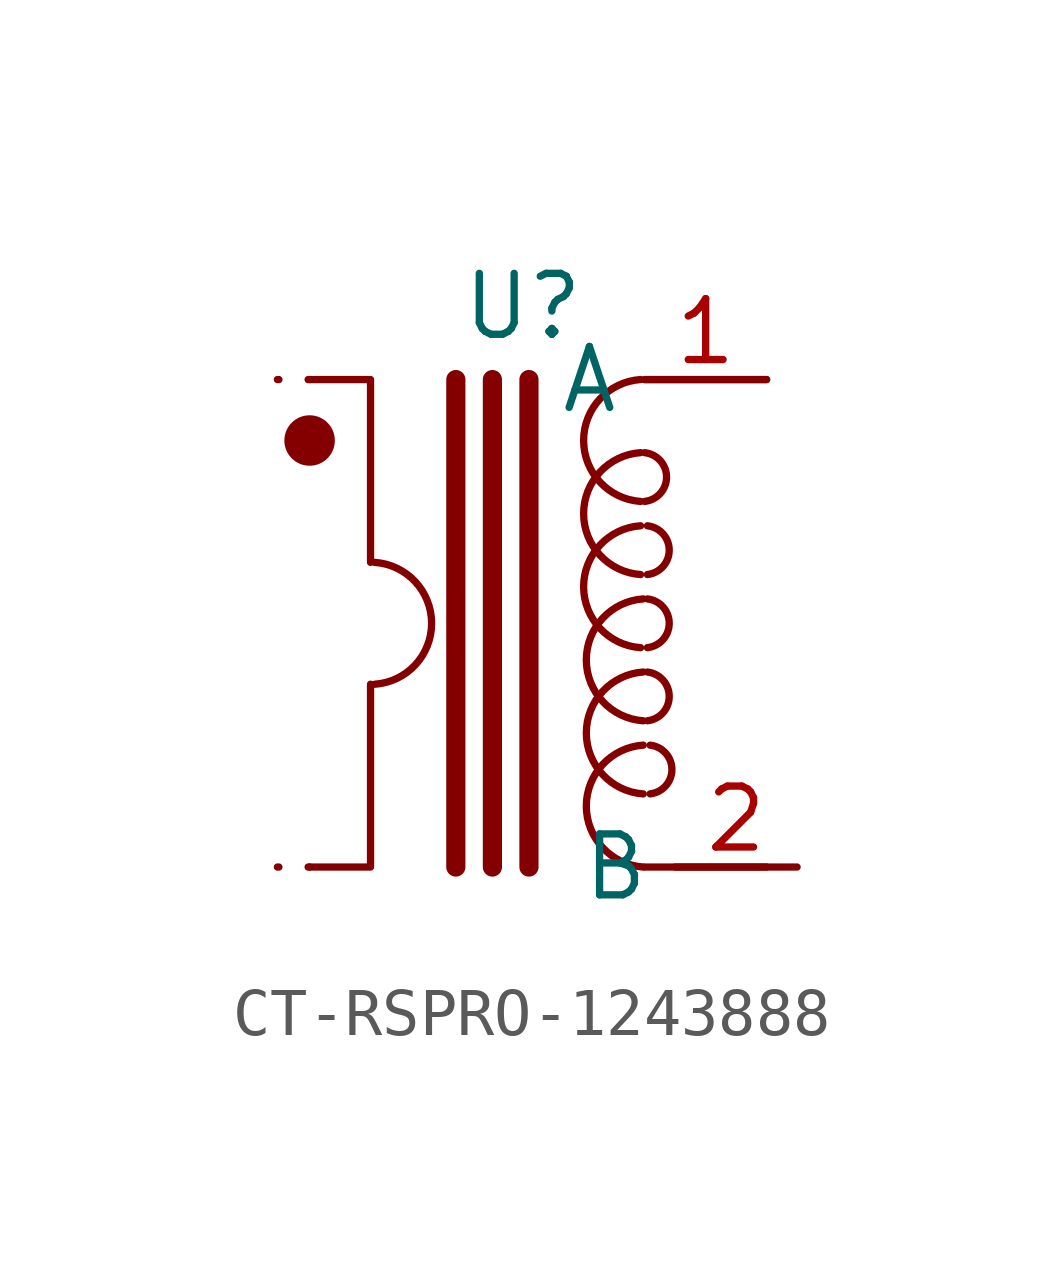
<source format=kicad_sym>
(kicad_symbol_lib
  (version 20220914)
  (generator kicad_symbol_editor)
  (symbol "CT-RSPRO-1243888"
    (property "Reference" "U"
      (at 0.635 6.604 0)
      (effects (font (size 1.27 1.27))))
    (property "Value" ""
      (at 3.175 -1.27 0)
      (effects (font (size 1.27 1.27))))
    (symbol "CT-RSPRO-1243888_0_1"
      (arc (start -2.4527 -1.27) (mid -1.267 0) (end -2.4527 1.27) (stroke (width 0) (type default)) (fill (type none)))
      (polyline (pts (xy -3.81 -5.08) (xy -2.54 -5.08) (xy -2.54 -1.27)) (stroke (width 0) (type default)) (fill (type none)))
      (polyline (pts (xy -3.81 5.08) (xy -2.54 5.08) (xy -2.54 1.27)) (stroke (width 0) (type default)) (fill (type none)))
      (arc (start 3.0877 2.032) (mid 1.902 0.762) (end 3.0877 -0.508) (stroke (width 0) (type default)) (fill (type none)))
      (arc (start 3.0877 3.556) (mid 1.902 2.286) (end 3.0877 1.016) (stroke (width 0) (type default)) (fill (type none)))
      (arc (start 3.0877 5.08) (mid 1.902 3.81) (end 3.0877 2.54) (stroke (width 0) (type default)) (fill (type none)))
      (arc (start 3.1439 -2.54) (mid 1.9582 -3.81) (end 3.1439 -5.08) (stroke (width 0) (type default)) (fill (type none)))
      (arc (start 3.1439 -1.016) (mid 1.9582 -2.286) (end 3.1439 -3.556) (stroke (width 0) (type default)) (fill (type none)))
      (arc (start 3.1439 0.508) (mid 1.9582 -0.762) (end 3.1439 -2.032) (stroke (width 0) (type default)) (fill (type none))))
    (symbol "CT-RSPRO-1243888_1_1"
      (circle (center -3.81 3.81) (radius 0.45) (stroke (width 0) (type solid)) (fill (type outline)))
      (polyline (pts (xy -3.81 -5.08) (xy -5.08 -5.08)) (stroke (width 0) (type dot)) (fill (type none)))
      (polyline (pts (xy -3.81 5.08) (xy -5.08 5.08)) (stroke (width 0) (type dot)) (fill (type none)))
      (polyline (pts (xy -0.762 5.08) (xy -0.762 -5.08)) (stroke (width 0.4) (type default)) (fill (type none)))
      (polyline (pts (xy 0 5.08) (xy 0 -5.08)) (stroke (width 0.4) (type default)) (fill (type none)))
      (polyline (pts (xy 0.762 5.08) (xy 0.762 -5.08)) (stroke (width 0.4) (type default)) (fill (type none)))
      (polyline (pts (xy 3.175 -5.08) (xy 5.715 -5.08)) (stroke (width 0) (type default)) (fill (type none)))
      (polyline (pts (xy 3.175 5.08) (xy 5.715 5.08)) (stroke (width 0) (type default)) (fill (type none)))
      (arc (start 3.175 2.54) (mid 3.6299 3.048) (end 3.175 3.556) (stroke (width 0) (type default)) (fill (type none)))
      (arc (start 3.2312 -2.032) (mid 3.6861 -1.524) (end 3.2312 -1.016) (stroke (width 0) (type default)) (fill (type none)))
      (arc (start 3.2312 -0.508) (mid 3.6861 0) (end 3.2312 0.508) (stroke (width 0) (type default)) (fill (type none)))
      (arc (start 3.2312 1.016) (mid 3.6861 1.524) (end 3.2312 2.032) (stroke (width 0) (type default)) (fill (type none)))
      (arc (start 3.2874 -3.556) (mid 3.7423 -3.048) (end 3.2874 -2.54) (stroke (width 0) (type default)) (fill (type none)))
      (pin power_out line (at 5.715 5.08 180) (length 2.54) (name "A" (effects (font (size 1.27 1.27)))) (number "1" (effects (font (size 1.27 1.27)))))
      (pin power_out line (at 6.35 -5.08 180) (length 2.54) (name "B" (effects (font (size 1.27 1.27)))) (number "2" (effects (font (size 1.27 1.27)))))
      (pin no_connect line (at 6.35 0 180) (length 2.54) hide (name "Stab" (effects (font (size 1.27 1.27)))) (number "3" (effects (font (size 1.27 1.27))))))))
</source>
